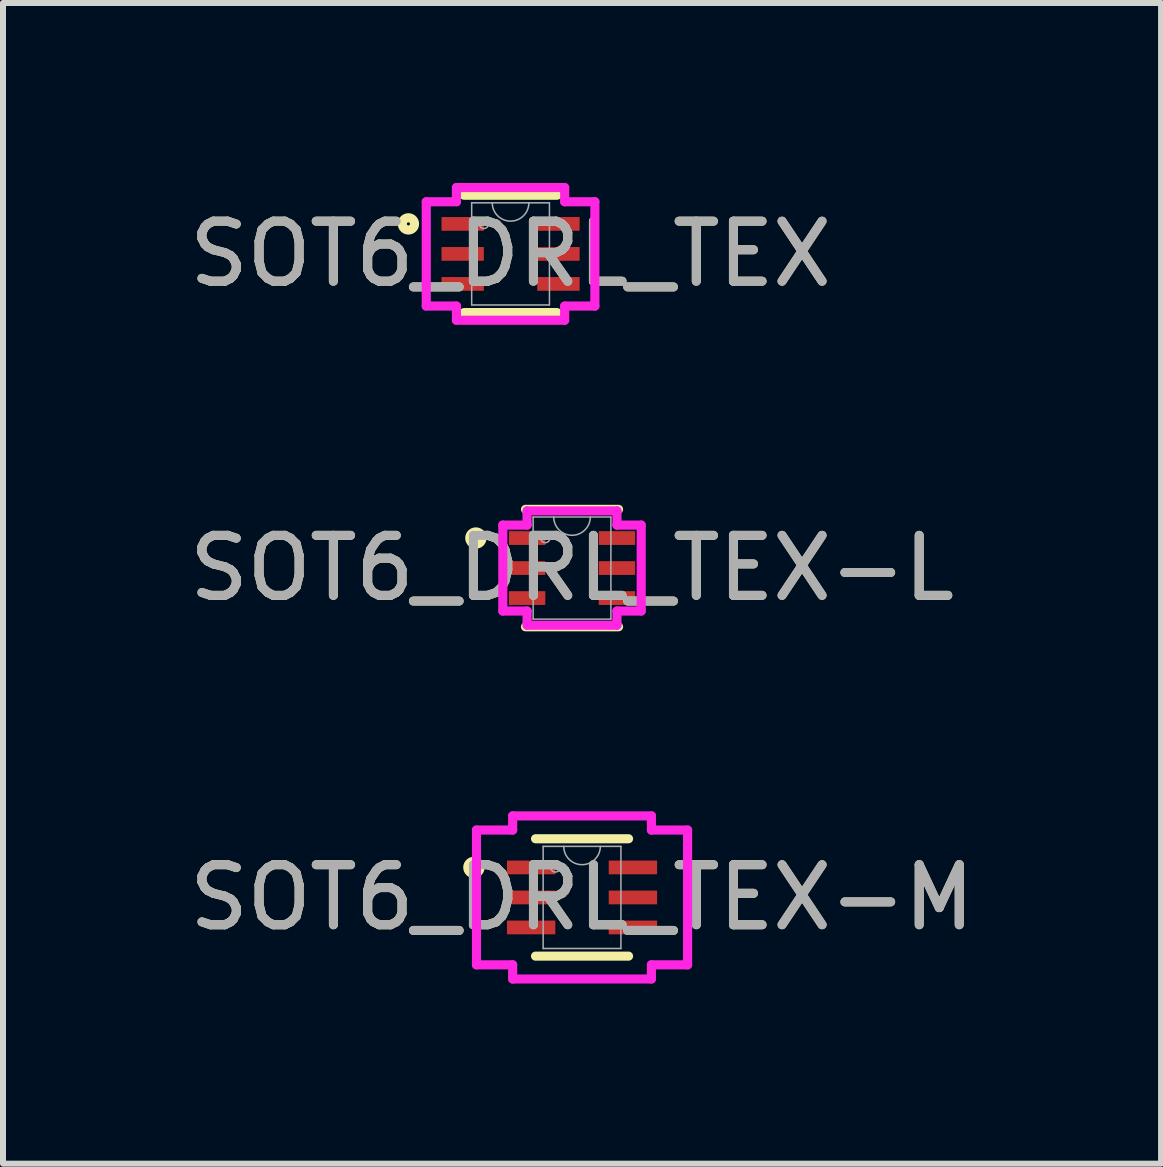
<source format=kicad_pcb>
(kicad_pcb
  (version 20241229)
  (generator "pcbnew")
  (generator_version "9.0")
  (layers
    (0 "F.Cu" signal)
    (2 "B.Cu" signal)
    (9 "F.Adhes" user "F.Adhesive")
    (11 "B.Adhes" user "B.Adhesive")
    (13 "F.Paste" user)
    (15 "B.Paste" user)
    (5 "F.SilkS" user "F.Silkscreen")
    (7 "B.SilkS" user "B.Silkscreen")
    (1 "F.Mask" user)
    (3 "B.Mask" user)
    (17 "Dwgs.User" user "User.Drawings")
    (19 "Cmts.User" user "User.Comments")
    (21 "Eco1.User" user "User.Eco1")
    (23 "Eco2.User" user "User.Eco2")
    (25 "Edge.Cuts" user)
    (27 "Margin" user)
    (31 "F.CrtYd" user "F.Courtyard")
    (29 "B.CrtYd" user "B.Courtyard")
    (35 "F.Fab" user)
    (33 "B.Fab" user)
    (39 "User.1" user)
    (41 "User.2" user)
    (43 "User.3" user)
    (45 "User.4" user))
  (footprint "SOT6_DRL_TEX-L"
    (layer "F.Cu")
    (at 6.482 6.416)
    (property "Reference" "SOT6_DRL_TEX-L" (at 0 0 0) (unlocked yes) (layer "F.SilkS") (effects (font (size 1 1) (thickness 0.15))))
    (attr smd)
    (fp_line (start -0.775 0.978) (end 0.775 0.978) (stroke (width 0.152) (type solid)) (layer "F.SilkS"))
    (fp_line (start 0.775 -0.978) (end -0.775 -0.978) (stroke (width 0.152) (type solid)) (layer "F.SilkS"))
    (fp_circle (center -1.602 -0.5) (end -1.5 -0.5) (stroke (width 0.152) (type solid)) (fill no) (layer "F.SilkS"))
    (fp_line (start -1.153 -0.716) (end -0.749 -0.716) (stroke (width 0.152) (type solid)) (layer "F.CrtYd"))
    (fp_line (start -1.153 0.716) (end -1.153 -0.716) (stroke (width 0.152) (type solid)) (layer "F.CrtYd"))
    (fp_line (start -1.153 0.716) (end -0.749 0.716) (stroke (width 0.152) (type solid)) (layer "F.CrtYd"))
    (fp_line (start -0.749 -0.953) (end 0.749 -0.953) (stroke (width 0.152) (type solid)) (layer "F.CrtYd"))
    (fp_line (start -0.749 -0.716) (end -0.749 -0.953) (stroke (width 0.152) (type solid)) (layer "F.CrtYd"))
    (fp_line (start -0.749 0.953) (end -0.749 0.716) (stroke (width 0.152) (type solid)) (layer "F.CrtYd"))
    (fp_line (start 0.749 -0.953) (end 0.749 -0.716) (stroke (width 0.152) (type solid)) (layer "F.CrtYd"))
    (fp_line (start 0.749 0.716) (end 0.749 0.953) (stroke (width 0.152) (type solid)) (layer "F.CrtYd"))
    (fp_line (start 0.749 0.953) (end -0.749 0.953) (stroke (width 0.152) (type solid)) (layer "F.CrtYd"))
    (fp_line (start 1.153 -0.716) (end 0.749 -0.716) (stroke (width 0.152) (type solid)) (layer "F.CrtYd"))
    (fp_line (start 1.153 -0.716) (end 1.153 0.716) (stroke (width 0.152) (type solid)) (layer "F.CrtYd"))
    (fp_line (start 1.153 0.716) (end 0.749 0.716) (stroke (width 0.152) (type solid)) (layer "F.CrtYd"))
    (fp_line (start -0.648 -0.851) (end -0.648 0.851) (stroke (width 0.025) (type solid)) (layer "F.Fab"))
    (fp_line (start -0.648 0.851) (end 0.648 0.851) (stroke (width 0.025) (type solid)) (layer "F.Fab"))
    (fp_line (start 0.648 -0.851) (end -0.648 -0.851) (stroke (width 0.025) (type solid)) (layer "F.Fab"))
    (fp_line (start 0.648 0.851) (end 0.648 -0.851) (stroke (width 0.025) (type solid)) (layer "F.Fab"))
    (fp_arc (start 0.3048 -0.8509) (mid 0 -0.5461) (end -0.3048 -0.8509) (stroke (width 0.0254) (type solid)) (layer "F.Fab"))
    (fp_circle (center -0.445 -0.5) (end -0.368 -0.5) (stroke (width 0.025) (type solid)) (fill no) (layer "F.Fab"))
    (fp_text user "${REFERENCE}" (at 0 0 0) (unlocked yes) (layer "F.Fab") (effects (font (size 1 1) (thickness 0.15))))
    (pad "1" smd rect (at -0.748 -0.5) (size 0.606 0.229) (layers "F.Cu" "F.Mask" "F.Paste"))
    (pad "2" smd rect (at -0.748 0) (size 0.606 0.229) (layers "F.Cu" "F.Mask" "F.Paste"))
    (pad "3" smd rect (at -0.748 0.5) (size 0.606 0.229) (layers "F.Cu" "F.Mask" "F.Paste"))
    (pad "4" smd rect (at 0.748 0.5) (size 0.606 0.229) (layers "F.Cu" "F.Mask" "F.Paste"))
    (pad "5" smd rect (at 0.748 0) (size 0.606 0.229) (layers "F.Cu" "F.Mask" "F.Paste"))
    (pad "6" smd rect (at 0.748 -0.5) (size 0.606 0.229) (layers "F.Cu" "F.Mask" "F.Paste")))
  (footprint "SOT6_DRL_TEX"
    (layer "F.Cu")
    (at 5.458 1.181)
    (property "Reference" "SOT6_DRL_TEX" (at 0 0 0) (unlocked yes) (layer "F.SilkS") (effects (font (size 1 1) (thickness 0.15))))
    (attr smd)
    (fp_line (start -0.775 0.978) (end 0.775 0.978) (stroke (width 0.152) (type solid)) (layer "F.SilkS"))
    (fp_line (start 0.775 -0.978) (end -0.775 -0.978) (stroke (width 0.152) (type solid)) (layer "F.SilkS"))
    (fp_circle (center -1.702 -0.5) (end -1.6 -0.5) (stroke (width 0.152) (type solid)) (fill no) (layer "F.SilkS"))
    (fp_line (start -1.405 -0.869) (end -0.902 -0.869) (stroke (width 0.152) (type solid)) (layer "F.CrtYd"))
    (fp_line (start -1.405 0.869) (end -1.405 -0.869) (stroke (width 0.152) (type solid)) (layer "F.CrtYd"))
    (fp_line (start -1.405 0.869) (end -0.902 0.869) (stroke (width 0.152) (type solid)) (layer "F.CrtYd"))
    (fp_line (start -0.902 -1.105) (end 0.902 -1.105) (stroke (width 0.152) (type solid)) (layer "F.CrtYd"))
    (fp_line (start -0.902 -0.869) (end -0.902 -1.105) (stroke (width 0.152) (type solid)) (layer "F.CrtYd"))
    (fp_line (start -0.902 1.105) (end -0.902 0.869) (stroke (width 0.152) (type solid)) (layer "F.CrtYd"))
    (fp_line (start 0.902 -1.105) (end 0.902 -0.869) (stroke (width 0.152) (type solid)) (layer "F.CrtYd"))
    (fp_line (start 0.902 0.869) (end 0.902 1.105) (stroke (width 0.152) (type solid)) (layer "F.CrtYd"))
    (fp_line (start 0.902 1.105) (end -0.902 1.105) (stroke (width 0.152) (type solid)) (layer "F.CrtYd"))
    (fp_line (start 1.405 -0.869) (end 0.902 -0.869) (stroke (width 0.152) (type solid)) (layer "F.CrtYd"))
    (fp_line (start 1.405 -0.869) (end 1.405 0.869) (stroke (width 0.152) (type solid)) (layer "F.CrtYd"))
    (fp_line (start 1.405 0.869) (end 0.902 0.869) (stroke (width 0.152) (type solid)) (layer "F.CrtYd"))
    (fp_line (start -0.648 -0.851) (end -0.648 0.851) (stroke (width 0.025) (type solid)) (layer "F.Fab"))
    (fp_line (start -0.648 0.851) (end 0.648 0.851) (stroke (width 0.025) (type solid)) (layer "F.Fab"))
    (fp_line (start 0.648 -0.851) (end -0.648 -0.851) (stroke (width 0.025) (type solid)) (layer "F.Fab"))
    (fp_line (start 0.648 0.851) (end 0.648 -0.851) (stroke (width 0.025) (type solid)) (layer "F.Fab"))
    (fp_arc (start 0.3048 -0.8509) (mid 0 -0.5461) (end -0.3048 -0.8509) (stroke (width 0.0254) (type solid)) (layer "F.Fab"))
    (fp_circle (center -0.445 -0.5) (end -0.368 -0.5) (stroke (width 0.025) (type solid)) (fill no) (layer "F.Fab"))
    (fp_text user "${REFERENCE}" (at 0 0 0) (unlocked yes) (layer "F.Fab") (effects (font (size 1 1) (thickness 0.15))))
    (pad "1" smd rect (at -0.798 -0.5) (size 0.706 0.229) (layers "F.Cu" "F.Mask" "F.Paste"))
    (pad "2" smd rect (at -0.798 0) (size 0.706 0.229) (layers "F.Cu" "F.Mask" "F.Paste"))
    (pad "3" smd rect (at -0.798 0.5) (size 0.706 0.229) (layers "F.Cu" "F.Mask" "F.Paste"))
    (pad "4" smd rect (at 0.798 0.5) (size 0.706 0.229) (layers "F.Cu" "F.Mask" "F.Paste"))
    (pad "5" smd rect (at 0.798 0) (size 0.706 0.229) (layers "F.Cu" "F.Mask" "F.Paste"))
    (pad "6" smd rect (at 0.798 -0.5) (size 0.706 0.229) (layers "F.Cu" "F.Mask" "F.Paste")))
  (footprint "SOT6_DRL_TEX-M"
    (layer "F.Cu")
    (at 6.649 11.905)
    (property "Reference" "SOT6_DRL_TEX-M" (at 0 0 0) (unlocked yes) (layer "F.SilkS") (effects (font (size 1 1) (thickness 0.15))))
    (attr smd)
    (fp_line (start -0.775 0.978) (end 0.775 0.978) (stroke (width 0.152) (type solid)) (layer "F.SilkS"))
    (fp_line (start 0.775 -0.978) (end -0.775 -0.978) (stroke (width 0.152) (type solid)) (layer "F.SilkS"))
    (fp_circle (center -1.802 -0.5) (end -1.7 -0.5) (stroke (width 0.152) (type solid)) (fill no) (layer "F.SilkS"))
    (fp_line (start -1.759 -1.123) (end -1.156 -1.123) (stroke (width 0.152) (type solid)) (layer "F.CrtYd"))
    (fp_line (start -1.759 1.123) (end -1.759 -1.123) (stroke (width 0.152) (type solid)) (layer "F.CrtYd"))
    (fp_line (start -1.759 1.123) (end -1.156 1.123) (stroke (width 0.152) (type solid)) (layer "F.CrtYd"))
    (fp_line (start -1.156 -1.359) (end 1.156 -1.359) (stroke (width 0.152) (type solid)) (layer "F.CrtYd"))
    (fp_line (start -1.156 -1.123) (end -1.156 -1.359) (stroke (width 0.152) (type solid)) (layer "F.CrtYd"))
    (fp_line (start -1.156 1.359) (end -1.156 1.123) (stroke (width 0.152) (type solid)) (layer "F.CrtYd"))
    (fp_line (start 1.156 -1.359) (end 1.156 -1.123) (stroke (width 0.152) (type solid)) (layer "F.CrtYd"))
    (fp_line (start 1.156 1.123) (end 1.156 1.359) (stroke (width 0.152) (type solid)) (layer "F.CrtYd"))
    (fp_line (start 1.156 1.359) (end -1.156 1.359) (stroke (width 0.152) (type solid)) (layer "F.CrtYd"))
    (fp_line (start 1.759 -1.123) (end 1.156 -1.123) (stroke (width 0.152) (type solid)) (layer "F.CrtYd"))
    (fp_line (start 1.759 -1.123) (end 1.759 1.123) (stroke (width 0.152) (type solid)) (layer "F.CrtYd"))
    (fp_line (start 1.759 1.123) (end 1.156 1.123) (stroke (width 0.152) (type solid)) (layer "F.CrtYd"))
    (fp_line (start -0.648 -0.851) (end -0.648 0.851) (stroke (width 0.025) (type solid)) (layer "F.Fab"))
    (fp_line (start -0.648 0.851) (end 0.648 0.851) (stroke (width 0.025) (type solid)) (layer "F.Fab"))
    (fp_line (start 0.648 -0.851) (end -0.648 -0.851) (stroke (width 0.025) (type solid)) (layer "F.Fab"))
    (fp_line (start 0.648 0.851) (end 0.648 -0.851) (stroke (width 0.025) (type solid)) (layer "F.Fab"))
    (fp_arc (start 0.3048 -0.8509) (mid 0 -0.5461) (end -0.3048 -0.8509) (stroke (width 0.0254) (type solid)) (layer "F.Fab"))
    (fp_circle (center -0.445 -0.5) (end -0.368 -0.5) (stroke (width 0.025) (type solid)) (fill no) (layer "F.Fab"))
    (fp_text user "${REFERENCE}" (at 0 0 0) (unlocked yes) (layer "F.Fab") (effects (font (size 1 1) (thickness 0.15))))
    (pad "1" smd rect (at -0.848 -0.5) (size 0.806 0.229) (layers "F.Cu" "F.Mask" "F.Paste"))
    (pad "2" smd rect (at -0.848 0) (size 0.806 0.229) (layers "F.Cu" "F.Mask" "F.Paste"))
    (pad "3" smd rect (at -0.848 0.5) (size 0.806 0.229) (layers "F.Cu" "F.Mask" "F.Paste"))
    (pad "4" smd rect (at 0.848 0.5) (size 0.806 0.229) (layers "F.Cu" "F.Mask" "F.Paste"))
    (pad "5" smd rect (at 0.848 0) (size 0.806 0.229) (layers "F.Cu" "F.Mask" "F.Paste"))
    (pad "6" smd rect (at 0.848 -0.5) (size 0.806 0.229) (layers "F.Cu" "F.Mask" "F.Paste")))
  (gr_rect
    (start -3 -3)
    (end 16.298 16.341)
    (stroke (width 0.1) (type default))
    (fill no)
    (layer "Edge.Cuts")))
</source>
